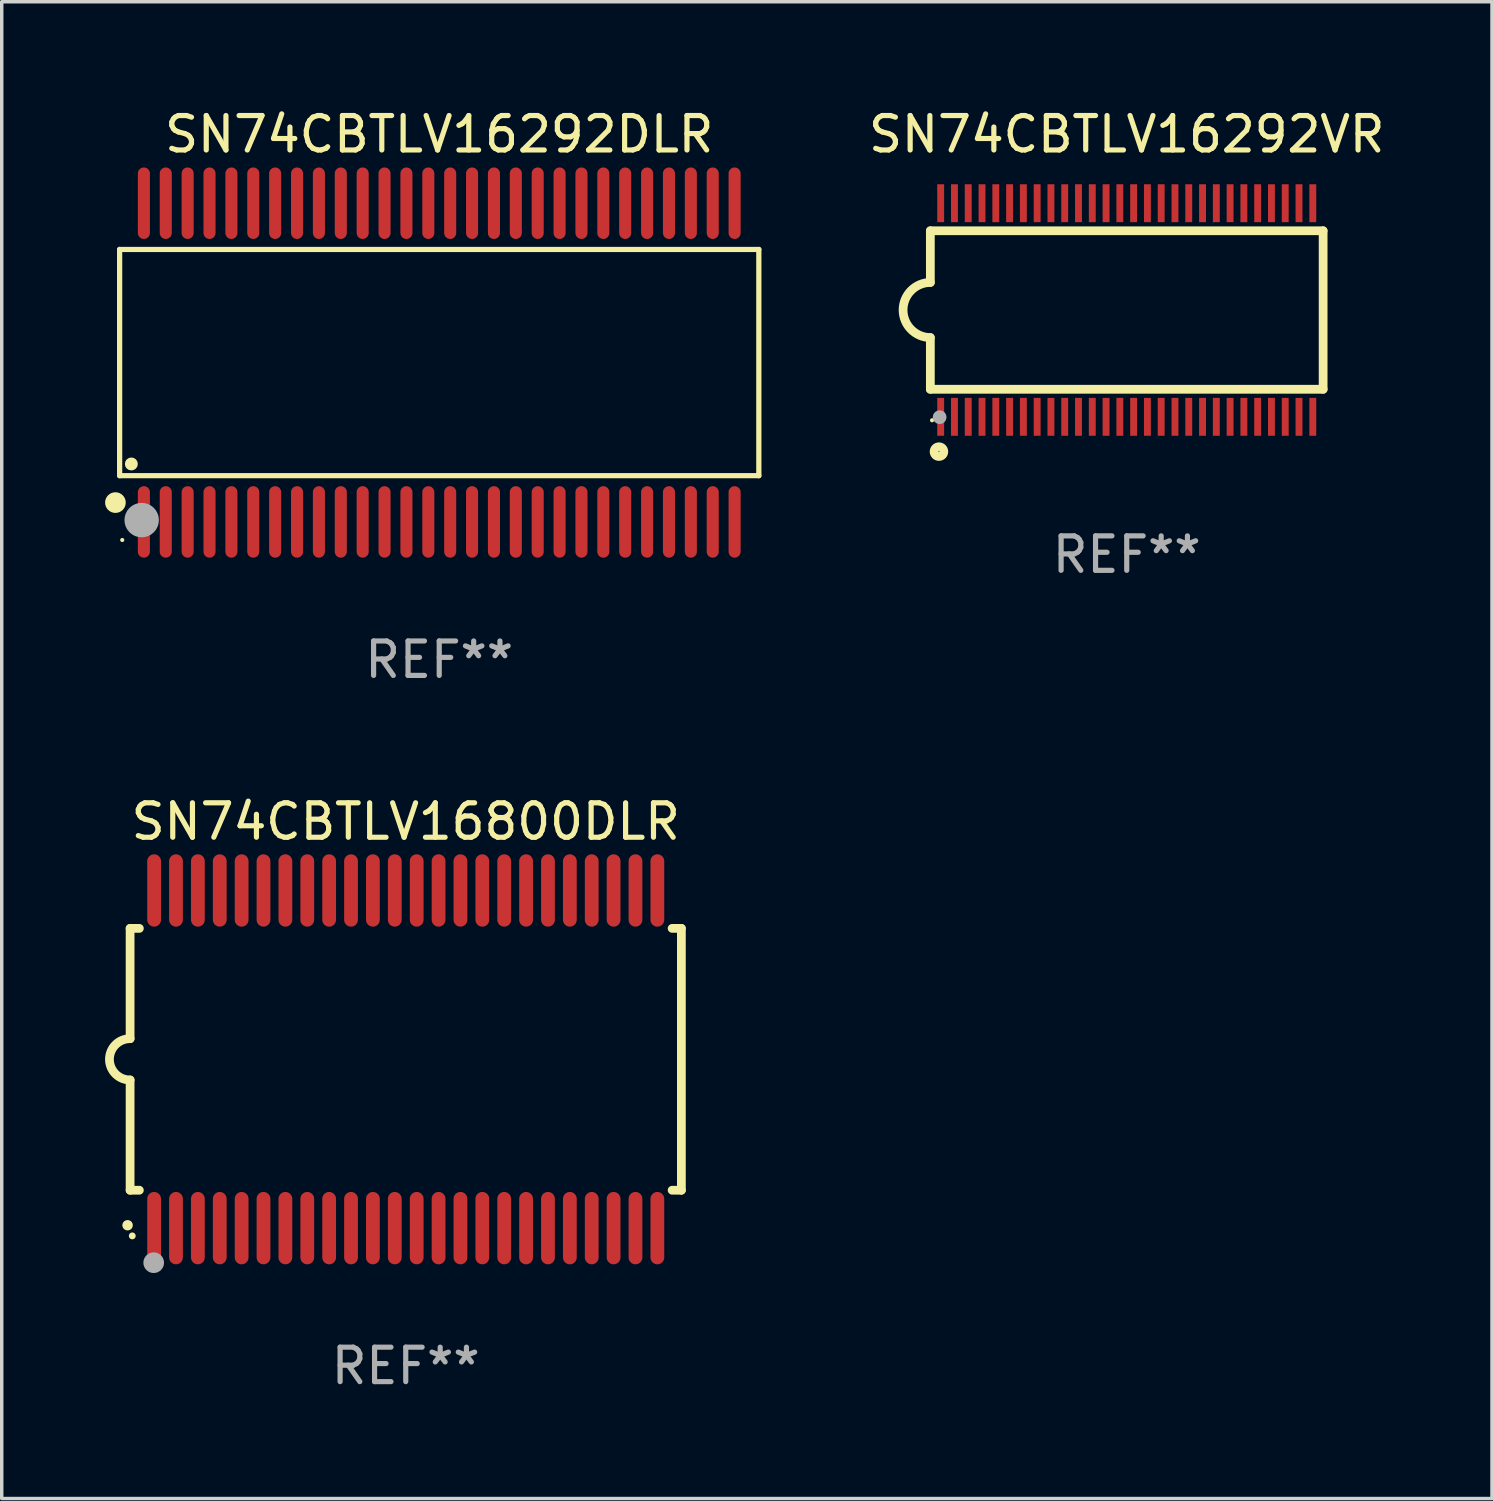
<source format=kicad_pcb>
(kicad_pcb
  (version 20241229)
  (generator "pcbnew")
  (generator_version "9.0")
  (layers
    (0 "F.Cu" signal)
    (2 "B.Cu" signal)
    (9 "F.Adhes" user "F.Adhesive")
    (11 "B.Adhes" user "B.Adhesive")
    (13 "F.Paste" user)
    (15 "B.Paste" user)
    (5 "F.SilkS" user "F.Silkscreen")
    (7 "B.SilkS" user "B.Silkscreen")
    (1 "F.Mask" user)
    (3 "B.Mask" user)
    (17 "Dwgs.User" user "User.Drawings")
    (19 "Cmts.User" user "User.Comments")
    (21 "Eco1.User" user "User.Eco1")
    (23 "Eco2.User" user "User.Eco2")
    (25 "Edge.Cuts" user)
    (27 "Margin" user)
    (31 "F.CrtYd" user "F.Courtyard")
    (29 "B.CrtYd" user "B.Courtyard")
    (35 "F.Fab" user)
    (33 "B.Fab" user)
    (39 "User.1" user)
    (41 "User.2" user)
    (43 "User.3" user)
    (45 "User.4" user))
  (footprint "SN74CBTLV16800DLR"
    (layer "F.Cu")
    (at 8.726 27.695)
    (property "Reference" "SN74CBTLV16800DLR" (at 0 -6.9 0) (layer "F.SilkS") (effects (font (size 1 1) (thickness 0.15))))
    (attr through_hole)
    (fp_line (start -8 -3.8) (end -8 -0.599) (stroke (width 0.254) (type solid)) (layer "F.SilkS"))
    (fp_line (start -8 -3.8) (end -7.731 -3.8) (stroke (width 0.254) (type solid)) (layer "F.SilkS"))
    (fp_line (start -8 3.8) (end -8 0.599) (stroke (width 0.254) (type solid)) (layer "F.SilkS"))
    (fp_line (start -7.731 3.8) (end -8 3.8) (stroke (width 0.254) (type solid)) (layer "F.SilkS"))
    (fp_line (start 7.731 -3.8) (end 8 -3.8) (stroke (width 0.254) (type solid)) (layer "F.SilkS"))
    (fp_line (start 8 -3.8) (end 8 3.8) (stroke (width 0.254) (type solid)) (layer "F.SilkS"))
    (fp_line (start 8 3.8) (end 7.731 3.8) (stroke (width 0.254) (type solid)) (layer "F.SilkS"))
    (fp_arc (start -8.074676 4.81585) (mid -8.073406 4.815845) (end -8.072136 4.81585) (stroke (width 0.3) (type solid)) (layer "F.SilkS"))
    (fp_arc (start -8.000025 0.6) (mid -8.598908 0.00056) (end -8.000027 -0.598882) (stroke (width 0.254001) (type solid)) (layer "F.SilkS"))
    (fp_circle (center -7.937 5.125) (end -7.887 5.125) (stroke (width 0.1) (type solid)) (fill no) (layer "F.SilkS"))
    (fp_circle (center -7.315 5.903) (end -7.165 5.903) (stroke (width 0.3) (type solid)) (fill no) (layer "F.Fab"))
    (fp_text user "REF**" (at 0 8.9 0) (layer "F.Fab") (effects (font (size 1 1) (thickness 0.15))))
    (pad "1" smd oval (at -7.303 4.9) (size 0.4 2.1) (layers "F.Cu" "F.Mask" "F.Paste"))
    (pad "2" smd oval (at -6.668 4.9) (size 0.4 2.1) (layers "F.Cu" "F.Mask" "F.Paste"))
    (pad "3" smd oval (at -6.033 4.9) (size 0.4 2.1) (layers "F.Cu" "F.Mask" "F.Paste"))
    (pad "4" smd oval (at -5.398 4.9) (size 0.4 2.1) (layers "F.Cu" "F.Mask" "F.Paste"))
    (pad "5" smd oval (at -4.763 4.9) (size 0.4 2.1) (layers "F.Cu" "F.Mask" "F.Paste"))
    (pad "6" smd oval (at -4.128 4.9) (size 0.4 2.1) (layers "F.Cu" "F.Mask" "F.Paste"))
    (pad "7" smd oval (at -3.493 4.9) (size 0.4 2.1) (layers "F.Cu" "F.Mask" "F.Paste"))
    (pad "8" smd oval (at -2.858 4.9) (size 0.4 2.1) (layers "F.Cu" "F.Mask" "F.Paste"))
    (pad "9" smd oval (at -2.223 4.9) (size 0.4 2.1) (layers "F.Cu" "F.Mask" "F.Paste"))
    (pad "10" smd oval (at -1.588 4.9) (size 0.4 2.1) (layers "F.Cu" "F.Mask" "F.Paste"))
    (pad "11" smd oval (at -0.953 4.9) (size 0.4 2.1) (layers "F.Cu" "F.Mask" "F.Paste"))
    (pad "12" smd oval (at -0.318 4.9) (size 0.4 2.1) (layers "F.Cu" "F.Mask" "F.Paste"))
    (pad "13" smd oval (at 0.318 4.9) (size 0.4 2.1) (layers "F.Cu" "F.Mask" "F.Paste"))
    (pad "14" smd oval (at 0.953 4.9) (size 0.4 2.1) (layers "F.Cu" "F.Mask" "F.Paste"))
    (pad "15" smd oval (at 1.588 4.9) (size 0.4 2.1) (layers "F.Cu" "F.Mask" "F.Paste"))
    (pad "16" smd oval (at 2.223 4.9) (size 0.4 2.1) (layers "F.Cu" "F.Mask" "F.Paste"))
    (pad "17" smd oval (at 2.858 4.9) (size 0.4 2.1) (layers "F.Cu" "F.Mask" "F.Paste"))
    (pad "18" smd oval (at 3.493 4.9) (size 0.4 2.1) (layers "F.Cu" "F.Mask" "F.Paste"))
    (pad "19" smd oval (at 4.128 4.9) (size 0.4 2.1) (layers "F.Cu" "F.Mask" "F.Paste"))
    (pad "20" smd oval (at 4.763 4.9) (size 0.4 2.1) (layers "F.Cu" "F.Mask" "F.Paste"))
    (pad "21" smd oval (at 5.398 4.9) (size 0.4 2.1) (layers "F.Cu" "F.Mask" "F.Paste"))
    (pad "22" smd oval (at 6.033 4.9) (size 0.4 2.1) (layers "F.Cu" "F.Mask" "F.Paste"))
    (pad "23" smd oval (at 6.668 4.9) (size 0.4 2.1) (layers "F.Cu" "F.Mask" "F.Paste"))
    (pad "24" smd oval (at 7.303 4.9) (size 0.4 2.1) (layers "F.Cu" "F.Mask" "F.Paste"))
    (pad "25" smd oval (at 7.303 -4.9 180) (size 0.4 2.1) (layers "F.Cu" "F.Mask" "F.Paste"))
    (pad "26" smd oval (at 6.668 -4.9 180) (size 0.4 2.1) (layers "F.Cu" "F.Mask" "F.Paste"))
    (pad "27" smd oval (at 6.033 -4.9 180) (size 0.4 2.1) (layers "F.Cu" "F.Mask" "F.Paste"))
    (pad "28" smd oval (at 5.398 -4.9 180) (size 0.4 2.1) (layers "F.Cu" "F.Mask" "F.Paste"))
    (pad "29" smd oval (at 4.763 -4.9 180) (size 0.4 2.1) (layers "F.Cu" "F.Mask" "F.Paste"))
    (pad "30" smd oval (at 4.128 -4.9 180) (size 0.4 2.1) (layers "F.Cu" "F.Mask" "F.Paste"))
    (pad "31" smd oval (at 3.493 -4.9 180) (size 0.4 2.1) (layers "F.Cu" "F.Mask" "F.Paste"))
    (pad "32" smd oval (at 2.858 -4.9 180) (size 0.4 2.1) (layers "F.Cu" "F.Mask" "F.Paste"))
    (pad "33" smd oval (at 2.223 -4.9 180) (size 0.4 2.1) (layers "F.Cu" "F.Mask" "F.Paste"))
    (pad "34" smd oval (at 1.588 -4.9 180) (size 0.4 2.1) (layers "F.Cu" "F.Mask" "F.Paste"))
    (pad "35" smd oval (at 0.953 -4.9 180) (size 0.4 2.1) (layers "F.Cu" "F.Mask" "F.Paste"))
    (pad "36" smd oval (at 0.318 -4.9 180) (size 0.4 2.1) (layers "F.Cu" "F.Mask" "F.Paste"))
    (pad "37" smd oval (at -0.318 -4.9 180) (size 0.4 2.1) (layers "F.Cu" "F.Mask" "F.Paste"))
    (pad "38" smd oval (at -0.953 -4.9 180) (size 0.4 2.1) (layers "F.Cu" "F.Mask" "F.Paste"))
    (pad "39" smd oval (at -1.588 -4.9 180) (size 0.4 2.1) (layers "F.Cu" "F.Mask" "F.Paste"))
    (pad "40" smd oval (at -2.223 -4.9 180) (size 0.4 2.1) (layers "F.Cu" "F.Mask" "F.Paste"))
    (pad "41" smd oval (at -2.858 -4.9 180) (size 0.4 2.1) (layers "F.Cu" "F.Mask" "F.Paste"))
    (pad "42" smd oval (at -3.493 -4.9 180) (size 0.4 2.1) (layers "F.Cu" "F.Mask" "F.Paste"))
    (pad "43" smd oval (at -4.128 -4.9 180) (size 0.4 2.1) (layers "F.Cu" "F.Mask" "F.Paste"))
    (pad "44" smd oval (at -4.763 -4.9 180) (size 0.4 2.1) (layers "F.Cu" "F.Mask" "F.Paste"))
    (pad "45" smd oval (at -5.398 -4.9 180) (size 0.4 2.1) (layers "F.Cu" "F.Mask" "F.Paste"))
    (pad "46" smd oval (at -6.033 -4.9 180) (size 0.4 2.1) (layers "F.Cu" "F.Mask" "F.Paste"))
    (pad "47" smd oval (at -6.668 -4.9 180) (size 0.4 2.1) (layers "F.Cu" "F.Mask" "F.Paste"))
    (pad "48" smd oval (at -7.303 -4.9 180) (size 0.4 2.1) (layers "F.Cu" "F.Mask" "F.Paste")))
  (footprint "SN74CBTLV16292DLR"
    (layer "F.Cu")
    (at 9.698 7.473)
    (property "Reference" "SN74CBTLV16292DLR" (at 0 -6.625 0) (layer "F.SilkS") (effects (font (size 1 1) (thickness 0.15))))
    (attr through_hole)
    (fp_line (start -9.276 -3.283) (end 9.276 -3.283) (stroke (width 0.152) (type solid)) (layer "F.SilkS"))
    (fp_line (start -9.276 3.283) (end -9.276 -3.283) (stroke (width 0.152) (type solid)) (layer "F.SilkS"))
    (fp_line (start 9.276 -3.283) (end 9.276 3.283) (stroke (width 0.152) (type solid)) (layer "F.SilkS"))
    (fp_line (start 9.276 3.283) (end -9.276 3.283) (stroke (width 0.152) (type solid)) (layer "F.SilkS"))
    (fp_circle (center -9.398 4.064) (end -9.248 4.064) (stroke (width 0.3) (type solid)) (fill no) (layer "F.SilkS"))
    (fp_circle (center -9.2 5.15) (end -9.17 5.15) (stroke (width 0.06) (type solid)) (fill no) (layer "F.SilkS"))
    (fp_circle (center -8.936 2.943) (end -8.842 2.943) (stroke (width 0.188) (type solid)) (fill no) (layer "F.SilkS"))
    (fp_circle (center -8.636 4.572) (end -8.386 4.572) (stroke (width 0.5) (type solid)) (fill no) (layer "F.Fab"))
    (fp_text user "REF**" (at 0 8.625 0) (layer "F.Fab") (effects (font (size 1 1) (thickness 0.15))))
    (pad "1" smd oval (at -8.572 4.625 90) (size 2.075 0.35) (layers "F.Cu" "F.Mask" "F.Paste"))
    (pad "2" smd oval (at -7.937 4.625 90) (size 2.075 0.35) (layers "F.Cu" "F.Mask" "F.Paste"))
    (pad "3" smd oval (at -7.302 4.625 90) (size 2.075 0.35) (layers "F.Cu" "F.Mask" "F.Paste"))
    (pad "4" smd oval (at -6.667 4.625 90) (size 2.075 0.35) (layers "F.Cu" "F.Mask" "F.Paste"))
    (pad "5" smd oval (at -6.032 4.625 90) (size 2.075 0.35) (layers "F.Cu" "F.Mask" "F.Paste"))
    (pad "6" smd oval (at -5.397 4.625 90) (size 2.075 0.35) (layers "F.Cu" "F.Mask" "F.Paste"))
    (pad "7" smd oval (at -4.762 4.625 90) (size 2.075 0.35) (layers "F.Cu" "F.Mask" "F.Paste"))
    (pad "8" smd oval (at -4.127 4.625 90) (size 2.075 0.35) (layers "F.Cu" "F.Mask" "F.Paste"))
    (pad "9" smd oval (at -3.492 4.625 90) (size 2.075 0.35) (layers "F.Cu" "F.Mask" "F.Paste"))
    (pad "10" smd oval (at -2.857 4.625 90) (size 2.075 0.35) (layers "F.Cu" "F.Mask" "F.Paste"))
    (pad "11" smd oval (at -2.222 4.625 90) (size 2.075 0.35) (layers "F.Cu" "F.Mask" "F.Paste"))
    (pad "12" smd oval (at -1.587 4.625 90) (size 2.075 0.35) (layers "F.Cu" "F.Mask" "F.Paste"))
    (pad "13" smd oval (at -0.952 4.625 90) (size 2.075 0.35) (layers "F.Cu" "F.Mask" "F.Paste"))
    (pad "14" smd oval (at -0.317 4.625 90) (size 2.075 0.35) (layers "F.Cu" "F.Mask" "F.Paste"))
    (pad "15" smd oval (at 0.318 4.625 90) (size 2.075 0.35) (layers "F.Cu" "F.Mask" "F.Paste"))
    (pad "16" smd oval (at 0.953 4.625 90) (size 2.075 0.35) (layers "F.Cu" "F.Mask" "F.Paste"))
    (pad "17" smd oval (at 1.588 4.625 90) (size 2.075 0.35) (layers "F.Cu" "F.Mask" "F.Paste"))
    (pad "18" smd oval (at 2.223 4.625 90) (size 2.075 0.35) (layers "F.Cu" "F.Mask" "F.Paste"))
    (pad "19" smd oval (at 2.858 4.625 90) (size 2.075 0.35) (layers "F.Cu" "F.Mask" "F.Paste"))
    (pad "20" smd oval (at 3.493 4.625 90) (size 2.075 0.35) (layers "F.Cu" "F.Mask" "F.Paste"))
    (pad "21" smd oval (at 4.128 4.625 90) (size 2.075 0.35) (layers "F.Cu" "F.Mask" "F.Paste"))
    (pad "22" smd oval (at 4.763 4.625 90) (size 2.075 0.35) (layers "F.Cu" "F.Mask" "F.Paste"))
    (pad "23" smd oval (at 5.398 4.625 90) (size 2.075 0.35) (layers "F.Cu" "F.Mask" "F.Paste"))
    (pad "24" smd oval (at 6.033 4.625 90) (size 2.075 0.35) (layers "F.Cu" "F.Mask" "F.Paste"))
    (pad "25" smd oval (at 6.668 4.625 90) (size 2.075 0.35) (layers "F.Cu" "F.Mask" "F.Paste"))
    (pad "26" smd oval (at 7.303 4.625 90) (size 2.075 0.35) (layers "F.Cu" "F.Mask" "F.Paste"))
    (pad "27" smd oval (at 7.938 4.625 90) (size 2.075 0.35) (layers "F.Cu" "F.Mask" "F.Paste"))
    (pad "28" smd oval (at 8.573 4.625 90) (size 2.075 0.35) (layers "F.Cu" "F.Mask" "F.Paste"))
    (pad "29" smd oval (at 8.573 -4.625 90) (size 2.075 0.35) (layers "F.Cu" "F.Mask" "F.Paste"))
    (pad "30" smd oval (at 7.938 -4.625 90) (size 2.075 0.35) (layers "F.Cu" "F.Mask" "F.Paste"))
    (pad "31" smd oval (at 7.303 -4.625 90) (size 2.075 0.35) (layers "F.Cu" "F.Mask" "F.Paste"))
    (pad "32" smd oval (at 6.668 -4.625 90) (size 2.075 0.35) (layers "F.Cu" "F.Mask" "F.Paste"))
    (pad "33" smd oval (at 6.033 -4.625 90) (size 2.075 0.35) (layers "F.Cu" "F.Mask" "F.Paste"))
    (pad "34" smd oval (at 5.398 -4.625 90) (size 2.075 0.35) (layers "F.Cu" "F.Mask" "F.Paste"))
    (pad "35" smd oval (at 4.763 -4.625 90) (size 2.075 0.35) (layers "F.Cu" "F.Mask" "F.Paste"))
    (pad "36" smd oval (at 4.128 -4.625 90) (size 2.075 0.35) (layers "F.Cu" "F.Mask" "F.Paste"))
    (pad "37" smd oval (at 3.493 -4.625 90) (size 2.075 0.35) (layers "F.Cu" "F.Mask" "F.Paste"))
    (pad "38" smd oval (at 2.858 -4.625 90) (size 2.075 0.35) (layers "F.Cu" "F.Mask" "F.Paste"))
    (pad "39" smd oval (at 2.223 -4.625 90) (size 2.075 0.35) (layers "F.Cu" "F.Mask" "F.Paste"))
    (pad "40" smd oval (at 1.588 -4.625 90) (size 2.075 0.35) (layers "F.Cu" "F.Mask" "F.Paste"))
    (pad "41" smd oval (at 0.953 -4.625 90) (size 2.075 0.35) (layers "F.Cu" "F.Mask" "F.Paste"))
    (pad "42" smd oval (at 0.318 -4.625 90) (size 2.075 0.35) (layers "F.Cu" "F.Mask" "F.Paste"))
    (pad "43" smd oval (at -0.317 -4.625 90) (size 2.075 0.35) (layers "F.Cu" "F.Mask" "F.Paste"))
    (pad "44" smd oval (at -0.952 -4.625 90) (size 2.075 0.35) (layers "F.Cu" "F.Mask" "F.Paste"))
    (pad "45" smd oval (at -1.587 -4.625 90) (size 2.075 0.35) (layers "F.Cu" "F.Mask" "F.Paste"))
    (pad "46" smd oval (at -2.222 -4.625 90) (size 2.075 0.35) (layers "F.Cu" "F.Mask" "F.Paste"))
    (pad "47" smd oval (at -2.857 -4.625 90) (size 2.075 0.35) (layers "F.Cu" "F.Mask" "F.Paste"))
    (pad "48" smd oval (at -3.492 -4.625 90) (size 2.075 0.35) (layers "F.Cu" "F.Mask" "F.Paste"))
    (pad "49" smd oval (at -4.127 -4.625 90) (size 2.075 0.35) (layers "F.Cu" "F.Mask" "F.Paste"))
    (pad "50" smd oval (at -4.762 -4.625 90) (size 2.075 0.35) (layers "F.Cu" "F.Mask" "F.Paste"))
    (pad "51" smd oval (at -5.397 -4.625 90) (size 2.075 0.35) (layers "F.Cu" "F.Mask" "F.Paste"))
    (pad "52" smd oval (at -6.032 -4.625 90) (size 2.075 0.35) (layers "F.Cu" "F.Mask" "F.Paste"))
    (pad "53" smd oval (at -6.667 -4.625 90) (size 2.075 0.35) (layers "F.Cu" "F.Mask" "F.Paste"))
    (pad "54" smd oval (at -7.302 -4.625 90) (size 2.075 0.35) (layers "F.Cu" "F.Mask" "F.Paste"))
    (pad "55" smd oval (at -7.937 -4.625 90) (size 2.075 0.35) (layers "F.Cu" "F.Mask" "F.Paste"))
    (pad "56" smd oval (at -8.572 -4.625 90) (size 2.075 0.35) (layers "F.Cu" "F.Mask" "F.Paste")))
  (footprint "SN74CBTLV16292VR"
    (layer "F.Cu")
    (at 29.652 5.948)
    (property "Reference" "SN74CBTLV16292VR" (at 0 -5.1 0) (layer "F.SilkS") (effects (font (size 1 1) (thickness 0.15))))
    (attr through_hole)
    (fp_line (start -5.7 -2.3) (end -5.7 -0.8) (stroke (width 0.254) (type solid)) (layer "F.SilkS"))
    (fp_line (start -5.7 -2.3) (end 5.7 -2.3) (stroke (width 0.254) (type solid)) (layer "F.SilkS"))
    (fp_line (start -5.7 2.3) (end -5.7 0.8) (stroke (width 0.254) (type solid)) (layer "F.SilkS"))
    (fp_line (start -5.7 2.3) (end 5.7 2.3) (stroke (width 0.254) (type solid)) (layer "F.SilkS"))
    (fp_line (start 5.7 -2.3) (end 5.7 2.3) (stroke (width 0.254) (type solid)) (layer "F.SilkS"))
    (fp_arc (start -5.700013 0.800025) (mid -6.500343 -0.000382) (end -5.699962 -0.800737) (stroke (width 0.254001) (type solid)) (layer "F.SilkS"))
    (fp_circle (center -5.65 3.2) (end -5.62 3.2) (stroke (width 0.06) (type solid)) (fill no) (layer "F.SilkS"))
    (fp_circle (center -5.45 4.11) (end -5.309 4.11) (stroke (width 0.254) (type solid)) (fill no) (layer "F.SilkS"))
    (fp_circle (center -5.43 3.11) (end -5.33 3.11) (stroke (width 0.2) (type solid)) (fill no) (layer "F.Fab"))
    (fp_text user "REF**" (at 0 7.1 0) (layer "F.Fab") (effects (font (size 1 1) (thickness 0.15))))
    (pad "1" smd rect (at -5.4 3.1) (size 0.2 1.1) (layers "F.Cu" "F.Mask" "F.Paste"))
    (pad "2" smd rect (at -5 3.1) (size 0.2 1.1) (layers "F.Cu" "F.Mask" "F.Paste"))
    (pad "3" smd rect (at -4.6 3.1) (size 0.2 1.1) (layers "F.Cu" "F.Mask" "F.Paste"))
    (pad "4" smd rect (at -4.2 3.1) (size 0.2 1.1) (layers "F.Cu" "F.Mask" "F.Paste"))
    (pad "5" smd rect (at -3.8 3.1) (size 0.2 1.1) (layers "F.Cu" "F.Mask" "F.Paste"))
    (pad "6" smd rect (at -3.4 3.1) (size 0.2 1.1) (layers "F.Cu" "F.Mask" "F.Paste"))
    (pad "7" smd rect (at -3 3.1) (size 0.2 1.1) (layers "F.Cu" "F.Mask" "F.Paste"))
    (pad "8" smd rect (at -2.6 3.1) (size 0.2 1.1) (layers "F.Cu" "F.Mask" "F.Paste"))
    (pad "9" smd rect (at -2.2 3.1) (size 0.2 1.1) (layers "F.Cu" "F.Mask" "F.Paste"))
    (pad "10" smd rect (at -1.8 3.1) (size 0.2 1.1) (layers "F.Cu" "F.Mask" "F.Paste"))
    (pad "11" smd rect (at -1.4 3.1) (size 0.2 1.1) (layers "F.Cu" "F.Mask" "F.Paste"))
    (pad "12" smd rect (at -1 3.1) (size 0.2 1.1) (layers "F.Cu" "F.Mask" "F.Paste"))
    (pad "13" smd rect (at -0.6 3.1) (size 0.2 1.1) (layers "F.Cu" "F.Mask" "F.Paste"))
    (pad "14" smd rect (at -0.2 3.1) (size 0.2 1.1) (layers "F.Cu" "F.Mask" "F.Paste"))
    (pad "15" smd rect (at 0.2 3.1) (size 0.2 1.1) (layers "F.Cu" "F.Mask" "F.Paste"))
    (pad "16" smd rect (at 0.6 3.1) (size 0.2 1.1) (layers "F.Cu" "F.Mask" "F.Paste"))
    (pad "17" smd rect (at 1 3.1) (size 0.2 1.1) (layers "F.Cu" "F.Mask" "F.Paste"))
    (pad "18" smd rect (at 1.4 3.1) (size 0.2 1.1) (layers "F.Cu" "F.Mask" "F.Paste"))
    (pad "19" smd rect (at 1.8 3.1) (size 0.2 1.1) (layers "F.Cu" "F.Mask" "F.Paste"))
    (pad "20" smd rect (at 2.2 3.1) (size 0.2 1.1) (layers "F.Cu" "F.Mask" "F.Paste"))
    (pad "21" smd rect (at 2.6 3.1) (size 0.2 1.1) (layers "F.Cu" "F.Mask" "F.Paste"))
    (pad "22" smd rect (at 3 3.1) (size 0.2 1.1) (layers "F.Cu" "F.Mask" "F.Paste"))
    (pad "23" smd rect (at 3.4 3.1) (size 0.2 1.1) (layers "F.Cu" "F.Mask" "F.Paste"))
    (pad "24" smd rect (at 3.8 3.1) (size 0.2 1.1) (layers "F.Cu" "F.Mask" "F.Paste"))
    (pad "25" smd rect (at 4.2 3.1) (size 0.2 1.1) (layers "F.Cu" "F.Mask" "F.Paste"))
    (pad "26" smd rect (at 4.6 3.1) (size 0.2 1.1) (layers "F.Cu" "F.Mask" "F.Paste"))
    (pad "27" smd rect (at 5 3.1) (size 0.2 1.1) (layers "F.Cu" "F.Mask" "F.Paste"))
    (pad "28" smd rect (at 5.4 3.1) (size 0.2 1.1) (layers "F.Cu" "F.Mask" "F.Paste"))
    (pad "29" smd rect (at 5.4 -3.1) (size 0.2 1.1) (layers "F.Cu" "F.Mask" "F.Paste"))
    (pad "30" smd rect (at 5 -3.1) (size 0.2 1.1) (layers "F.Cu" "F.Mask" "F.Paste"))
    (pad "31" smd rect (at 4.6 -3.1) (size 0.2 1.1) (layers "F.Cu" "F.Mask" "F.Paste"))
    (pad "32" smd rect (at 4.2 -3.1) (size 0.2 1.1) (layers "F.Cu" "F.Mask" "F.Paste"))
    (pad "33" smd rect (at 3.8 -3.1) (size 0.2 1.1) (layers "F.Cu" "F.Mask" "F.Paste"))
    (pad "34" smd rect (at 3.4 -3.1) (size 0.2 1.1) (layers "F.Cu" "F.Mask" "F.Paste"))
    (pad "35" smd rect (at 3 -3.1) (size 0.2 1.1) (layers "F.Cu" "F.Mask" "F.Paste"))
    (pad "36" smd rect (at 2.6 -3.1) (size 0.2 1.1) (layers "F.Cu" "F.Mask" "F.Paste"))
    (pad "37" smd rect (at 2.2 -3.1) (size 0.2 1.1) (layers "F.Cu" "F.Mask" "F.Paste"))
    (pad "38" smd rect (at 1.8 -3.1) (size 0.2 1.1) (layers "F.Cu" "F.Mask" "F.Paste"))
    (pad "39" smd rect (at 1.4 -3.1) (size 0.2 1.1) (layers "F.Cu" "F.Mask" "F.Paste"))
    (pad "40" smd rect (at 1 -3.1) (size 0.2 1.1) (layers "F.Cu" "F.Mask" "F.Paste"))
    (pad "41" smd rect (at 0.6 -3.1) (size 0.2 1.1) (layers "F.Cu" "F.Mask" "F.Paste"))
    (pad "42" smd rect (at 0.2 -3.1) (size 0.2 1.1) (layers "F.Cu" "F.Mask" "F.Paste"))
    (pad "43" smd rect (at -0.2 -3.1) (size 0.2 1.1) (layers "F.Cu" "F.Mask" "F.Paste"))
    (pad "44" smd rect (at -0.6 -3.1) (size 0.2 1.1) (layers "F.Cu" "F.Mask" "F.Paste"))
    (pad "45" smd rect (at -1 -3.1) (size 0.2 1.1) (layers "F.Cu" "F.Mask" "F.Paste"))
    (pad "46" smd rect (at -1.4 -3.1) (size 0.2 1.1) (layers "F.Cu" "F.Mask" "F.Paste"))
    (pad "47" smd rect (at -1.8 -3.1) (size 0.2 1.1) (layers "F.Cu" "F.Mask" "F.Paste"))
    (pad "48" smd rect (at -2.2 -3.1) (size 0.2 1.1) (layers "F.Cu" "F.Mask" "F.Paste"))
    (pad "49" smd rect (at -2.6 -3.1) (size 0.2 1.1) (layers "F.Cu" "F.Mask" "F.Paste"))
    (pad "50" smd rect (at -3 -3.1) (size 0.2 1.1) (layers "F.Cu" "F.Mask" "F.Paste"))
    (pad "51" smd rect (at -3.4 -3.1) (size 0.2 1.1) (layers "F.Cu" "F.Mask" "F.Paste"))
    (pad "52" smd rect (at -3.8 -3.1) (size 0.2 1.1) (layers "F.Cu" "F.Mask" "F.Paste"))
    (pad "53" smd rect (at -4.2 -3.1) (size 0.2 1.1) (layers "F.Cu" "F.Mask" "F.Paste"))
    (pad "54" smd rect (at -4.6 -3.1) (size 0.2 1.1) (layers "F.Cu" "F.Mask" "F.Paste"))
    (pad "55" smd rect (at -5 -3.1) (size 0.2 1.1) (layers "F.Cu" "F.Mask" "F.Paste"))
    (pad "56" smd rect (at -5.4 -3.1) (size 0.2 1.1) (layers "F.Cu" "F.Mask" "F.Paste")))
  (gr_rect
    (start -3 -3)
    (end 40.253 40.443)
    (stroke (width 0.1) (type default))
    (fill no)
    (layer "Edge.Cuts")))
</source>
